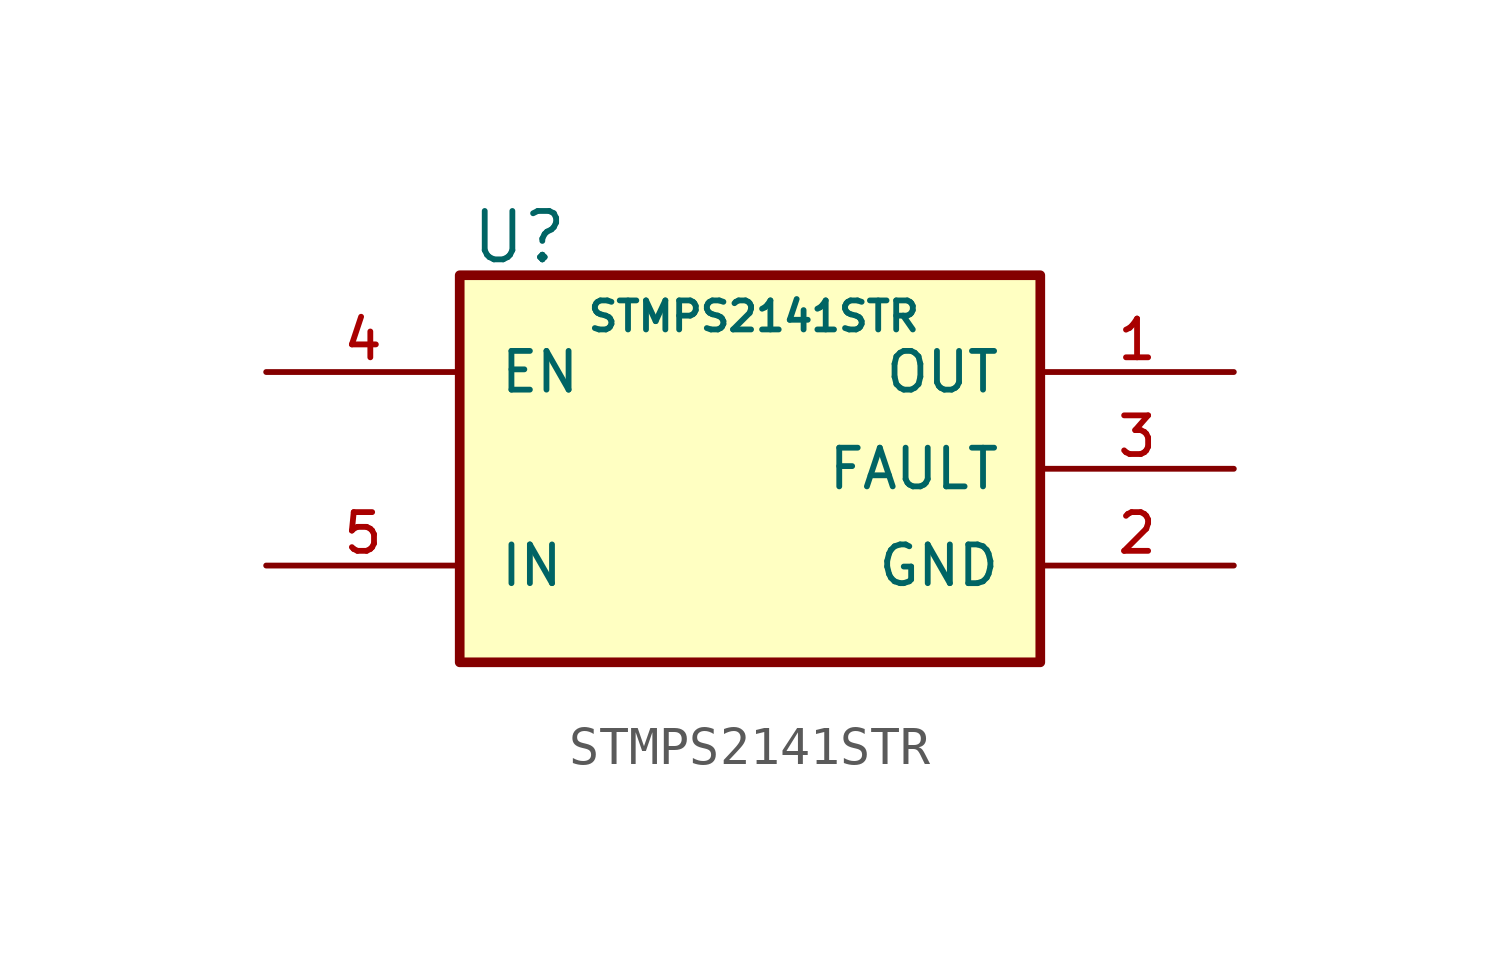
<source format=kicad_sym>
(kicad_symbol_lib
  (version 20220914)
  (generator kicad_symbol_editor)
  (symbol "STMPS2141STR"
    (pin_names
      (offset 1.016))
    (property "Reference" "U"
      (at -7.366 5.334 0)
      (effects (font (size 1.27 1.27)) (justify left bottom)))
    (property "Value" "STMPS2141STR"
      (at -4.318 3.556 0)
      (effects (font (size 0.762 0.762)) (justify left bottom)))
    (symbol "STMPS2141STR_0_0"
      (rectangle (start -7.62 -5.08) (end 7.62 5.08) (stroke (width 0.254) (type default)) (fill (type background)))
      (pin power_out line (at 12.7 2.54 180) (length 5.08) (name "OUT" (effects (font (size 1.016 1.016)))) (number "1" (effects (font (size 1.016 1.016)))))
      (pin power_in line (at 12.7 -2.54 180) (length 5.08) (name "GND" (effects (font (size 1.016 1.016)))) (number "2" (effects (font (size 1.016 1.016)))))
      (pin output line (at 12.7 0 180) (length 5.08) (name "FAULT" (effects (font (size 1.016 1.016)))) (number "3" (effects (font (size 1.016 1.016)))))
      (pin input line (at -12.7 2.54 0) (length 5.08) (name "EN" (effects (font (size 1.016 1.016)))) (number "4" (effects (font (size 1.016 1.016)))))
      (pin power_in line (at -12.7 -2.54 0) (length 5.08) (name "IN" (effects (font (size 1.016 1.016)))) (number "5" (effects (font (size 1.016 1.016))))))))
</source>
